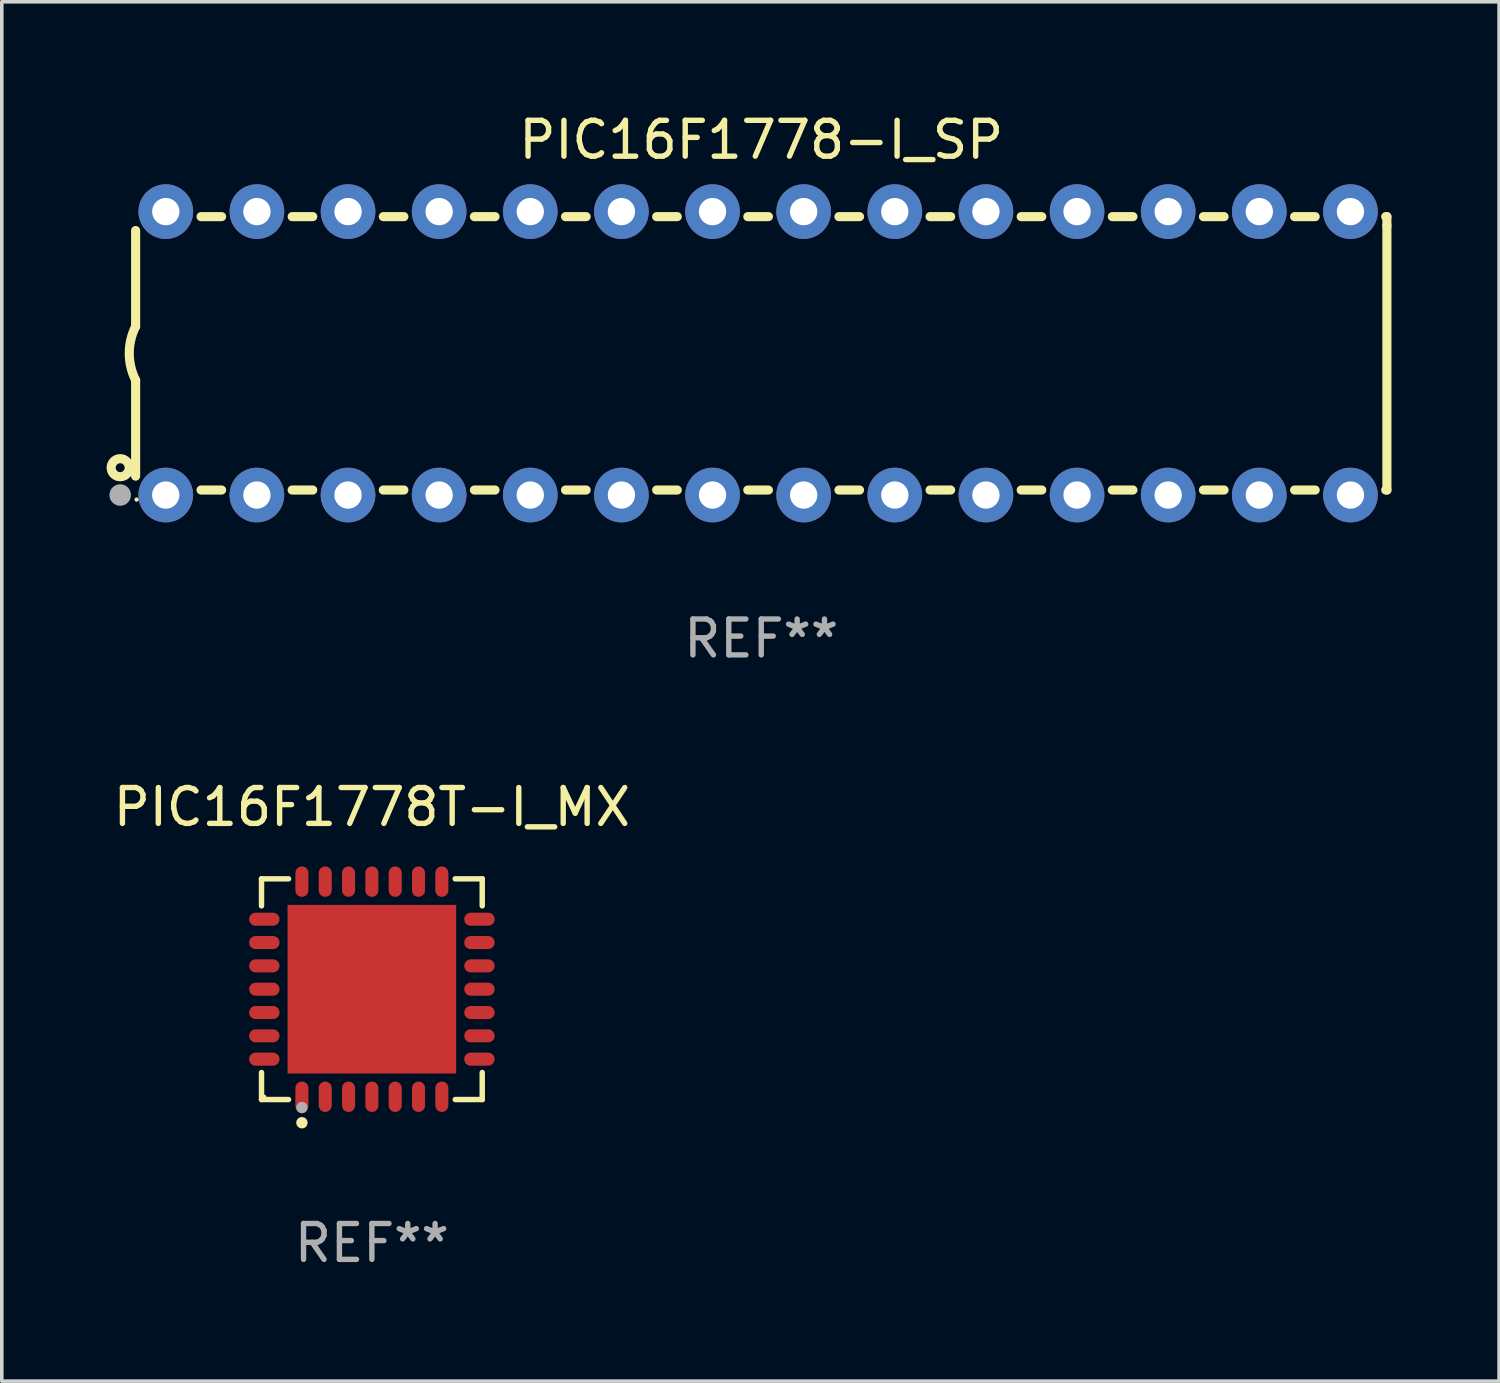
<source format=kicad_pcb>
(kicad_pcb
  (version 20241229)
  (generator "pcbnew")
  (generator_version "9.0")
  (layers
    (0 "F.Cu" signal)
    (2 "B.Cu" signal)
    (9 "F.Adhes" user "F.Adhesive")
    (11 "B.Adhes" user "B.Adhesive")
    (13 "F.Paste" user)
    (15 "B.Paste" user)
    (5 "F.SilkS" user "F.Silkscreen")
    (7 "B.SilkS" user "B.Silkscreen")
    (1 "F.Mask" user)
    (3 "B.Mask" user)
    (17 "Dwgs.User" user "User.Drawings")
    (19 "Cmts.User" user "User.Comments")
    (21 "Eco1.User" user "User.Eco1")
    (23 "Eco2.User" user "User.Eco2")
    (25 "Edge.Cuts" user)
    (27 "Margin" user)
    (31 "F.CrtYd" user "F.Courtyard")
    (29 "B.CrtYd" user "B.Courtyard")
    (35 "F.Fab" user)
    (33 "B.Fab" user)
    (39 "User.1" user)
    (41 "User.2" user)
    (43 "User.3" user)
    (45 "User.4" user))
  (footprint "PIC16F1778T-I_MX"
    (layer "F.Cu")
    (at 7.315 24.521)
    (property "Reference" "PIC16F1778T-I_MX" (at 0 -5.076 0) (layer "F.SilkS") (effects (font (size 1 1) (thickness 0.15))))
    (attr through_hole)
    (fp_line (start -3.076 -3.076) (end -2.323 -3.076) (stroke (width 0.152) (type solid)) (layer "F.SilkS"))
    (fp_line (start -3.076 -2.323) (end -3.076 -3.076) (stroke (width 0.152) (type solid)) (layer "F.SilkS"))
    (fp_line (start -3.076 2.323) (end -3.076 3.076) (stroke (width 0.152) (type solid)) (layer "F.SilkS"))
    (fp_line (start -3.076 3.076) (end -2.323 3.076) (stroke (width 0.152) (type solid)) (layer "F.SilkS"))
    (fp_line (start 3.076 -3.076) (end 2.323 -3.076) (stroke (width 0.152) (type solid)) (layer "F.SilkS"))
    (fp_line (start 3.076 -2.323) (end 3.076 -3.076) (stroke (width 0.152) (type solid)) (layer "F.SilkS"))
    (fp_line (start 3.076 2.323) (end 3.076 3.076) (stroke (width 0.152) (type solid)) (layer "F.SilkS"))
    (fp_line (start 3.076 3.076) (end 2.323 3.076) (stroke (width 0.152) (type solid)) (layer "F.SilkS"))
    (fp_circle (center -3 3) (end -2.97 3) (stroke (width 0.06) (type solid)) (fill no) (layer "F.SilkS"))
    (fp_circle (center -1.95 3.722) (end -1.87 3.722) (stroke (width 0.16) (type solid)) (fill no) (layer "F.SilkS"))
    (fp_circle (center -1.95 3.3) (end -1.87 3.3) (stroke (width 0.16) (type solid)) (fill no) (layer "F.Fab"))
    (fp_text user "REF**" (at 0 7.076 0) (layer "F.Fab") (effects (font (size 1 1) (thickness 0.15))))
    (pad "1" smd oval (at -1.95 2.998) (size 0.364 0.847) (layers "F.Cu" "F.Mask" "F.Paste"))
    (pad "2" smd oval (at -1.3 2.998) (size 0.364 0.847) (layers "F.Cu" "F.Mask" "F.Paste"))
    (pad "3" smd oval (at -0.65 2.998) (size 0.364 0.847) (layers "F.Cu" "F.Mask" "F.Paste"))
    (pad "4" smd oval (at 0 2.998) (size 0.364 0.847) (layers "F.Cu" "F.Mask" "F.Paste"))
    (pad "5" smd oval (at 0.65 2.998) (size 0.364 0.847) (layers "F.Cu" "F.Mask" "F.Paste"))
    (pad "6" smd oval (at 1.3 2.998) (size 0.364 0.847) (layers "F.Cu" "F.Mask" "F.Paste"))
    (pad "7" smd oval (at 1.95 2.998) (size 0.364 0.847) (layers "F.Cu" "F.Mask" "F.Paste"))
    (pad "8" smd oval (at 2.998 1.95) (size 0.847 0.364) (layers "F.Cu" "F.Mask" "F.Paste"))
    (pad "9" smd oval (at 2.998 1.3) (size 0.847 0.364) (layers "F.Cu" "F.Mask" "F.Paste"))
    (pad "10" smd oval (at 2.998 0.65) (size 0.847 0.364) (layers "F.Cu" "F.Mask" "F.Paste"))
    (pad "11" smd oval (at 2.998 0) (size 0.847 0.364) (layers "F.Cu" "F.Mask" "F.Paste"))
    (pad "12" smd oval (at 2.998 -0.65) (size 0.847 0.364) (layers "F.Cu" "F.Mask" "F.Paste"))
    (pad "13" smd oval (at 2.998 -1.3) (size 0.847 0.364) (layers "F.Cu" "F.Mask" "F.Paste"))
    (pad "14" smd oval (at 2.998 -1.95) (size 0.847 0.364) (layers "F.Cu" "F.Mask" "F.Paste"))
    (pad "15" smd oval (at 1.95 -2.998) (size 0.364 0.847) (layers "F.Cu" "F.Mask" "F.Paste"))
    (pad "16" smd oval (at 1.3 -2.998) (size 0.364 0.847) (layers "F.Cu" "F.Mask" "F.Paste"))
    (pad "17" smd oval (at 0.65 -2.998) (size 0.364 0.847) (layers "F.Cu" "F.Mask" "F.Paste"))
    (pad "18" smd oval (at 0 -2.998) (size 0.364 0.847) (layers "F.Cu" "F.Mask" "F.Paste"))
    (pad "19" smd oval (at -0.65 -2.998) (size 0.364 0.847) (layers "F.Cu" "F.Mask" "F.Paste"))
    (pad "20" smd oval (at -1.3 -2.998) (size 0.364 0.847) (layers "F.Cu" "F.Mask" "F.Paste"))
    (pad "21" smd oval (at -1.95 -2.998) (size 0.364 0.847) (layers "F.Cu" "F.Mask" "F.Paste"))
    (pad "22" smd oval (at -2.998 -1.95) (size 0.847 0.364) (layers "F.Cu" "F.Mask" "F.Paste"))
    (pad "23" smd oval (at -2.998 -1.3) (size 0.847 0.364) (layers "F.Cu" "F.Mask" "F.Paste"))
    (pad "24" smd oval (at -2.998 -0.65) (size 0.847 0.364) (layers "F.Cu" "F.Mask" "F.Paste"))
    (pad "25" smd oval (at -2.998 0) (size 0.847 0.364) (layers "F.Cu" "F.Mask" "F.Paste"))
    (pad "26" smd oval (at -2.998 0.65) (size 0.847 0.364) (layers "F.Cu" "F.Mask" "F.Paste"))
    (pad "27" smd oval (at -2.998 1.3) (size 0.847 0.364) (layers "F.Cu" "F.Mask" "F.Paste"))
    (pad "28" smd oval (at -2.998 1.95) (size 0.847 0.364) (layers "F.Cu" "F.Mask" "F.Paste"))
    (pad "29" smd rect (at 0 0) (size 4.7 4.7) (layers "F.Cu" "F.Mask" "F.Paste")))
  (footprint "PIC16F1778-I_SP"
    (layer "F.Cu")
    (at 18.168 6.798)
    (property "Reference" "PIC16F1778-I_SP" (at 0 -5.95 0) (layer "F.SilkS") (effects (font (size 1 1) (thickness 0.15))))
    (attr through_hole)
    (fp_line (start -17.438 0.75) (end -17.438 3.423) (stroke (width 0.254) (type solid)) (layer "F.SilkS"))
    (fp_line (start -17.438 -3.423) (end -17.438 -0.75) (stroke (width 0.254) (type solid)) (layer "F.SilkS"))
    (fp_line (start -15.615 3.81) (end -15.041 3.81) (stroke (width 0.254) (type solid)) (layer "F.SilkS"))
    (fp_line (start -15.041 -3.81) (end -15.614 -3.81) (stroke (width 0.254) (type solid)) (layer "F.SilkS"))
    (fp_line (start -13.075 3.81) (end -12.501 3.81) (stroke (width 0.254) (type solid)) (layer "F.SilkS"))
    (fp_line (start -12.501 -3.81) (end -13.074 -3.81) (stroke (width 0.254) (type solid)) (layer "F.SilkS"))
    (fp_line (start -10.535 3.81) (end -9.961 3.81) (stroke (width 0.254) (type solid)) (layer "F.SilkS"))
    (fp_line (start -9.961 -3.81) (end -10.534 -3.81) (stroke (width 0.254) (type solid)) (layer "F.SilkS"))
    (fp_line (start -7.995 3.81) (end -7.421 3.81) (stroke (width 0.254) (type solid)) (layer "F.SilkS"))
    (fp_line (start -7.421 -3.81) (end -7.995 -3.81) (stroke (width 0.254) (type solid)) (layer "F.SilkS"))
    (fp_line (start -5.455 3.81) (end -4.881 3.81) (stroke (width 0.254) (type solid)) (layer "F.SilkS"))
    (fp_line (start -4.881 -3.81) (end -5.455 -3.81) (stroke (width 0.254) (type solid)) (layer "F.SilkS"))
    (fp_line (start -2.915 3.81) (end -2.341 3.81) (stroke (width 0.254) (type solid)) (layer "F.SilkS"))
    (fp_line (start -2.341 -3.81) (end -2.915 -3.81) (stroke (width 0.254) (type solid)) (layer "F.SilkS"))
    (fp_line (start -0.375 3.81) (end 0.199 3.81) (stroke (width 0.254) (type solid)) (layer "F.SilkS"))
    (fp_line (start 0.199 -3.81) (end -0.375 -3.81) (stroke (width 0.254) (type solid)) (layer "F.SilkS"))
    (fp_line (start 2.165 3.81) (end 2.739 3.81) (stroke (width 0.254) (type solid)) (layer "F.SilkS"))
    (fp_line (start 2.739 -3.81) (end 2.165 -3.81) (stroke (width 0.254) (type solid)) (layer "F.SilkS"))
    (fp_line (start 4.705 3.81) (end 5.279 3.81) (stroke (width 0.254) (type solid)) (layer "F.SilkS"))
    (fp_line (start 5.279 -3.81) (end 4.705 -3.81) (stroke (width 0.254) (type solid)) (layer "F.SilkS"))
    (fp_line (start 7.245 3.81) (end 7.819 3.81) (stroke (width 0.254) (type solid)) (layer "F.SilkS"))
    (fp_line (start 7.819 -3.81) (end 7.245 -3.81) (stroke (width 0.254) (type solid)) (layer "F.SilkS"))
    (fp_line (start 9.785 3.81) (end 10.359 3.81) (stroke (width 0.254) (type solid)) (layer "F.SilkS"))
    (fp_line (start 10.359 -3.81) (end 9.785 -3.81) (stroke (width 0.254) (type solid)) (layer "F.SilkS"))
    (fp_line (start 12.325 3.81) (end 12.899 3.81) (stroke (width 0.254) (type solid)) (layer "F.SilkS"))
    (fp_line (start 12.899 -3.81) (end 12.325 -3.81) (stroke (width 0.254) (type solid)) (layer "F.SilkS"))
    (fp_line (start 14.865 3.81) (end 15.439 3.81) (stroke (width 0.254) (type solid)) (layer "F.SilkS"))
    (fp_line (start 15.439 -3.81) (end 14.865 -3.81) (stroke (width 0.254) (type solid)) (layer "F.SilkS"))
    (fp_line (start 17.405 3.81) (end 17.438 3.81) (stroke (width 0.254) (type solid)) (layer "F.SilkS"))
    (fp_line (start 17.438 -3.81) (end 17.405 -3.81) (stroke (width 0.254) (type solid)) (layer "F.SilkS"))
    (fp_line (start 17.438 -3.556) (end 17.438 -3.81) (stroke (width 0.254) (type solid)) (layer "F.SilkS"))
    (fp_line (start 17.438 3.81) (end 17.438 -3.556) (stroke (width 0.254) (type solid)) (layer "F.SilkS"))
    (fp_arc (start -17.437986 0.749657) (mid -17.614887 -0.000024) (end -17.437783 -0.749657) (stroke (width 0.254001) (type solid)) (layer "F.SilkS"))
    (fp_circle (center -17.868 3.188) (end -17.743 3.188) (stroke (width 0.254) (type solid)) (fill no) (layer "F.SilkS"))
    (fp_circle (center -17.411 4.077) (end -17.381 4.077) (stroke (width 0.06) (type solid)) (fill no) (layer "F.SilkS"))
    (fp_circle (center -17.868 3.95) (end -17.718 3.95) (stroke (width 0.3) (type solid)) (fill no) (layer "F.Fab"))
    (fp_text user "REF**" (at 0 7.95 0) (layer "F.Fab") (effects (font (size 1 1) (thickness 0.15))))
    (pad "1" thru_hole circle (at -16.598 3.95) (size 1.524 1.524) (drill 0.762) (layers "*.Cu" "*.Mask"))
    (pad "2" thru_hole circle (at -14.058 3.95) (size 1.524 1.524) (drill 0.762) (layers "*.Cu" "*.Mask"))
    (pad "3" thru_hole circle (at -11.518 3.95) (size 1.524 1.524) (drill 0.762) (layers "*.Cu" "*.Mask"))
    (pad "4" thru_hole circle (at -8.978 3.95) (size 1.524 1.524) (drill 0.762) (layers "*.Cu" "*.Mask"))
    (pad "5" thru_hole circle (at -6.438 3.95) (size 1.524 1.524) (drill 0.762) (layers "*.Cu" "*.Mask"))
    (pad "6" thru_hole circle (at -3.898 3.95) (size 1.524 1.524) (drill 0.762) (layers "*.Cu" "*.Mask"))
    (pad "7" thru_hole circle (at -1.358 3.95) (size 1.524 1.524) (drill 0.762) (layers "*.Cu" "*.Mask"))
    (pad "8" thru_hole circle (at 1.182 3.95) (size 1.524 1.524) (drill 0.762) (layers "*.Cu" "*.Mask"))
    (pad "9" thru_hole circle (at 3.722 3.95) (size 1.524 1.524) (drill 0.762) (layers "*.Cu" "*.Mask"))
    (pad "10" thru_hole circle (at 6.262 3.95) (size 1.524 1.524) (drill 0.762) (layers "*.Cu" "*.Mask"))
    (pad "11" thru_hole circle (at 8.802 3.95) (size 1.524 1.524) (drill 0.762) (layers "*.Cu" "*.Mask"))
    (pad "12" thru_hole circle (at 11.342 3.95) (size 1.524 1.524) (drill 0.762) (layers "*.Cu" "*.Mask"))
    (pad "13" thru_hole circle (at 13.882 3.95) (size 1.524 1.524) (drill 0.762) (layers "*.Cu" "*.Mask"))
    (pad "14" thru_hole circle (at 16.422 3.95) (size 1.524 1.524) (drill 0.762) (layers "*.Cu" "*.Mask"))
    (pad "15" thru_hole circle (at 16.422 -3.95) (size 1.524 1.524) (drill 0.762) (layers "*.Cu" "*.Mask"))
    (pad "16" thru_hole circle (at 13.882 -3.95) (size 1.524 1.524) (drill 0.762) (layers "*.Cu" "*.Mask"))
    (pad "17" thru_hole circle (at 11.342 -3.95) (size 1.524 1.524) (drill 0.762) (layers "*.Cu" "*.Mask"))
    (pad "18" thru_hole circle (at 8.802 -3.95) (size 1.524 1.524) (drill 0.762) (layers "*.Cu" "*.Mask"))
    (pad "19" thru_hole circle (at 6.262 -3.95) (size 1.524 1.524) (drill 0.762) (layers "*.Cu" "*.Mask"))
    (pad "20" thru_hole circle (at 3.722 -3.95) (size 1.524 1.524) (drill 0.762) (layers "*.Cu" "*.Mask"))
    (pad "21" thru_hole circle (at 1.182 -3.95) (size 1.524 1.524) (drill 0.762) (layers "*.Cu" "*.Mask"))
    (pad "22" thru_hole circle (at -1.358 -3.95) (size 1.524 1.524) (drill 0.762) (layers "*.Cu" "*.Mask"))
    (pad "23" thru_hole circle (at -3.898 -3.95) (size 1.524 1.524) (drill 0.762) (layers "*.Cu" "*.Mask"))
    (pad "24" thru_hole circle (at -6.438 -3.95) (size 1.524 1.524) (drill 0.762) (layers "*.Cu" "*.Mask"))
    (pad "25" thru_hole circle (at -8.978 -3.95) (size 1.524 1.524) (drill 0.762) (layers "*.Cu" "*.Mask"))
    (pad "26" thru_hole circle (at -11.517 -3.95) (size 1.524 1.524) (drill 0.762) (layers "*.Cu" "*.Mask"))
    (pad "27" thru_hole circle (at -14.057 -3.95) (size 1.524 1.524) (drill 0.762) (layers "*.Cu" "*.Mask"))
    (pad "28" thru_hole circle (at -16.597 -3.95) (size 1.524 1.524) (drill 0.762) (layers "*.Cu" "*.Mask")))
  (gr_rect
    (start -3 -3)
    (end 38.733 35.445)
    (stroke (width 0.1) (type default))
    (fill no)
    (layer "Edge.Cuts")))
</source>
